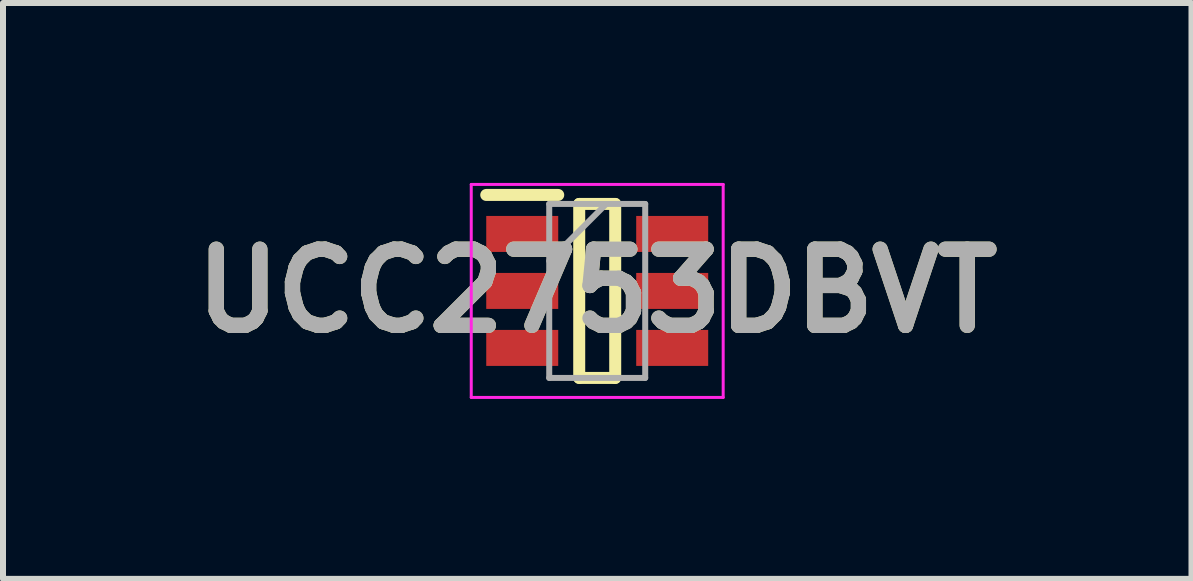
<source format=kicad_pcb>
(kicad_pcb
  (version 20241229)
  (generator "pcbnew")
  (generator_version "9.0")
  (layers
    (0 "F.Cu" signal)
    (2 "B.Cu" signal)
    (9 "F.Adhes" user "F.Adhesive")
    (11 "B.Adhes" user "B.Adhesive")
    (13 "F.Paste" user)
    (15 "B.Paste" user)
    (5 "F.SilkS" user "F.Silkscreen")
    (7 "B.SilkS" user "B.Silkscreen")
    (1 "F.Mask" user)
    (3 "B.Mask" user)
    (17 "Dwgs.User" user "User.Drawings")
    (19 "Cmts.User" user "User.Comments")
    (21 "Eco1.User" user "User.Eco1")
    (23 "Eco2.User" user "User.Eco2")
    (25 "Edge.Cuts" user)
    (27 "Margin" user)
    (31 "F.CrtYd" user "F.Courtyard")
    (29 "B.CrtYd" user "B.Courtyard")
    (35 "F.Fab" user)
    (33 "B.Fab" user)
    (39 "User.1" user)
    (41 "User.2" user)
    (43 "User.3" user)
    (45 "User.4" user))
  (footprint "UCC2753DBVT"
    (layer "F.Cu")
    (at 6.906 1.8)
    (property "Reference" "UCC2753DBVT" (at 0 0 0) (layer "F.SilkS") (effects (font (size 1.27 1.27) (thickness 0.254))))
    (attr smd)
    (fp_line (start -1.85 -1.6) (end -0.65 -1.6) (stroke (width 0.2) (type solid)) (layer "F.SilkS"))
    (fp_line (start -0.3 -1.45) (end 0.3 -1.45) (stroke (width 0.2) (type solid)) (layer "F.SilkS"))
    (fp_line (start -0.3 1.45) (end -0.3 -1.45) (stroke (width 0.2) (type solid)) (layer "F.SilkS"))
    (fp_line (start 0.3 -1.45) (end 0.3 1.45) (stroke (width 0.2) (type solid)) (layer "F.SilkS"))
    (fp_line (start 0.3 1.45) (end -0.3 1.45) (stroke (width 0.2) (type solid)) (layer "F.SilkS"))
    (fp_line (start -2.1 -1.775) (end 2.1 -1.775) (stroke (width 0.05) (type solid)) (layer "F.CrtYd"))
    (fp_line (start -2.1 1.775) (end -2.1 -1.775) (stroke (width 0.05) (type solid)) (layer "F.CrtYd"))
    (fp_line (start 2.1 -1.775) (end 2.1 1.775) (stroke (width 0.05) (type solid)) (layer "F.CrtYd"))
    (fp_line (start 2.1 1.775) (end -2.1 1.775) (stroke (width 0.05) (type solid)) (layer "F.CrtYd"))
    (fp_line (start -0.8 -1.45) (end 0.8 -1.45) (stroke (width 0.1) (type solid)) (layer "F.Fab"))
    (fp_line (start -0.8 -0.5) (end 0.15 -1.45) (stroke (width 0.1) (type solid)) (layer "F.Fab"))
    (fp_line (start -0.8 1.45) (end -0.8 -1.45) (stroke (width 0.1) (type solid)) (layer "F.Fab"))
    (fp_line (start 0.8 -1.45) (end 0.8 1.45) (stroke (width 0.1) (type solid)) (layer "F.Fab"))
    (fp_line (start 0.8 1.45) (end -0.8 1.45) (stroke (width 0.1) (type solid)) (layer "F.Fab"))
    (fp_text user "${REFERENCE}" (at 0 0 0) (layer "F.Fab") (effects (font (size 1.27 1.27) (thickness 0.254))))
    (pad "1" smd rect (at -1.25 -0.95 90) (size 0.6 1.2) (layers "F.Cu" "F.Mask" "F.Paste"))
    (pad "2" smd rect (at -1.25 0 90) (size 0.6 1.2) (layers "F.Cu" "F.Mask" "F.Paste"))
    (pad "3" smd rect (at -1.25 0.95 90) (size 0.6 1.2) (layers "F.Cu" "F.Mask" "F.Paste"))
    (pad "4" smd rect (at 1.25 0.95 90) (size 0.6 1.2) (layers "F.Cu" "F.Mask" "F.Paste"))
    (pad "5" smd rect (at 1.25 0 90) (size 0.6 1.2) (layers "F.Cu" "F.Mask" "F.Paste"))
    (pad "6" smd rect (at 1.25 -0.95 90) (size 0.6 1.2) (layers "F.Cu" "F.Mask" "F.Paste")))
  (gr_rect
    (start -3 -3)
    (end 16.813 6.6)
    (stroke (width 0.1) (type default))
    (fill no)
    (layer "Edge.Cuts")))
</source>
